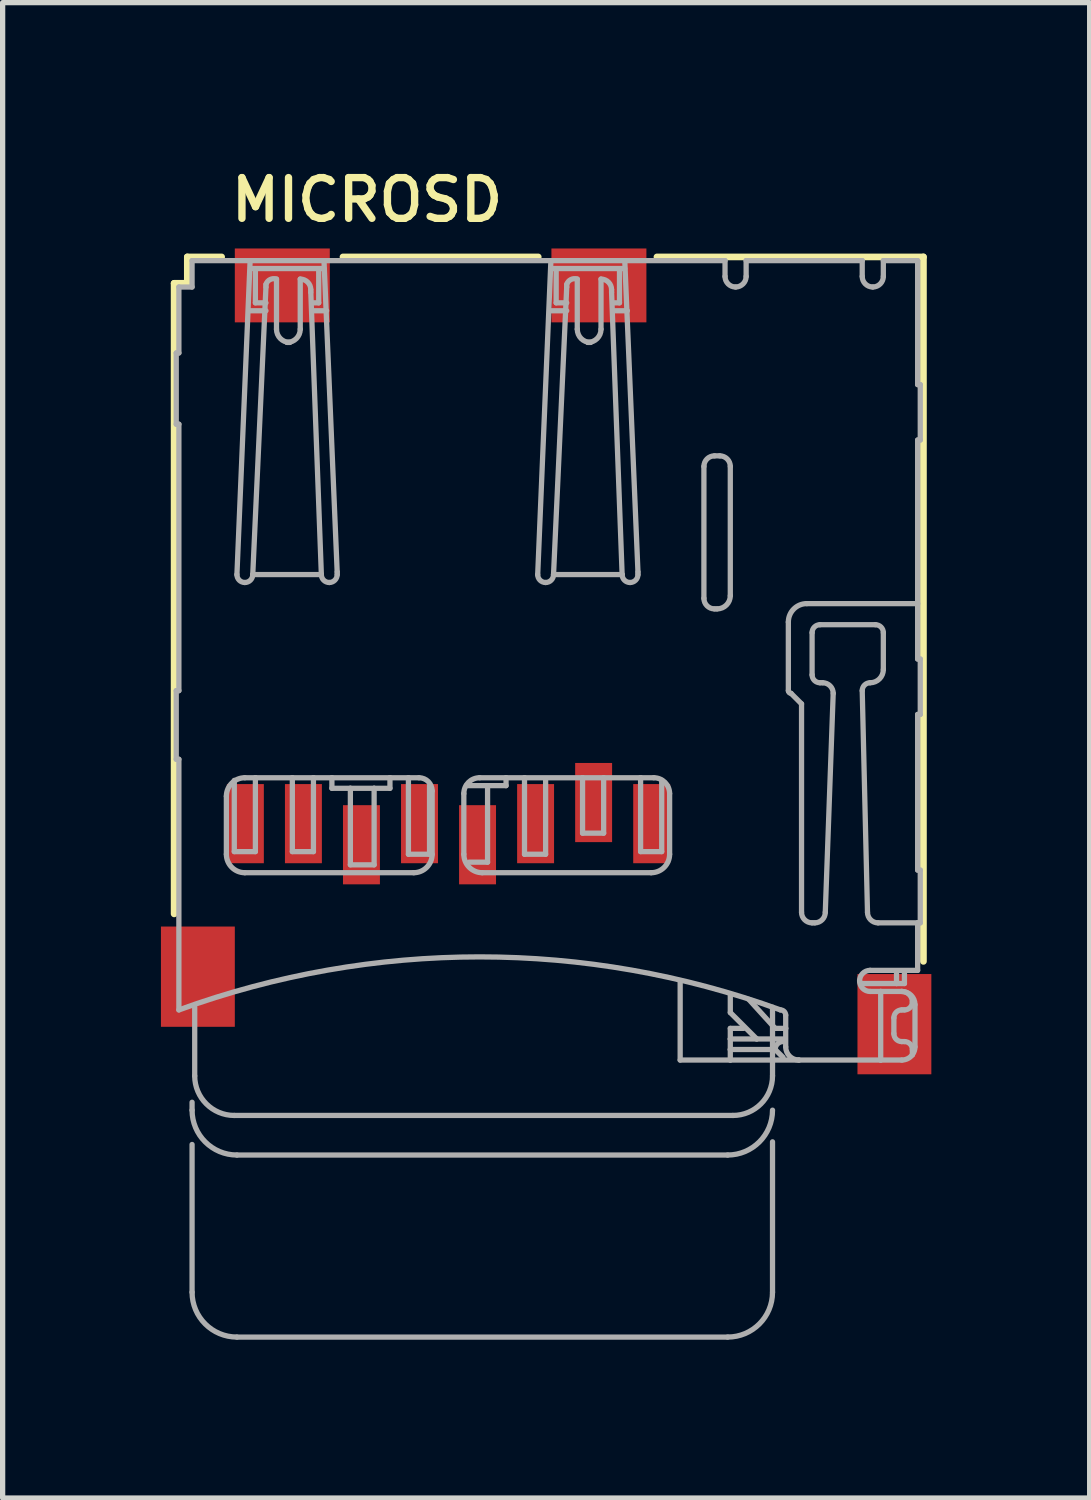
<source format=kicad_pcb>
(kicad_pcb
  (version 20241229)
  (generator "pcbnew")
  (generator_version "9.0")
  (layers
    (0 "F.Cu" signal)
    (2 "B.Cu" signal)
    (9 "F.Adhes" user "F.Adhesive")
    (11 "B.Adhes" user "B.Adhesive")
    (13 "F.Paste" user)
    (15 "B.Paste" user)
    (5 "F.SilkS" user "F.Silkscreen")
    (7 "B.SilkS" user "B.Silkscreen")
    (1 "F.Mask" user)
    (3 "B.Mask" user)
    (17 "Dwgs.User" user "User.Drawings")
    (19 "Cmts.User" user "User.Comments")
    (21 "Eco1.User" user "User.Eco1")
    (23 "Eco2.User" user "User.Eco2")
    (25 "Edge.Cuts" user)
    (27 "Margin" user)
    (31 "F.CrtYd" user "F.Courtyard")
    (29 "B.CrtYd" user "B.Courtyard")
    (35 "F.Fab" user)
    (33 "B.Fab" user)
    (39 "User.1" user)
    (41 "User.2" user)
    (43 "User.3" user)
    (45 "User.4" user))
  (footprint "MICROSD"
    (layer "F.Cu")
    (at 0.3 1.919)
    (property "Reference" "MICROSD" (at 0.96 -0.73 180) (layer "F.SilkS") (effects (font (size 0.772 0.772) (thickness 0.139)) (justify left bottom)))
    (attr through_hole)
    (fp_line (start -0.05 0.4) (end -0.05 12.35) (stroke (width 0.127) (type solid)) (layer "F.SilkS"))
    (fp_line (start 0.2 -0.1) (end 0.2 0.4) (stroke (width 0.127) (type solid)) (layer "F.SilkS"))
    (fp_line (start 0.2 0.4) (end -0.05 0.4) (stroke (width 0.127) (type solid)) (layer "F.SilkS"))
    (fp_line (start 0.85 -0.1) (end 0.2 -0.1) (stroke (width 0.127) (type solid)) (layer "F.SilkS"))
    (fp_line (start 3.15 -0.1) (end 6.85 -0.1) (stroke (width 0.127) (type solid)) (layer "F.SilkS"))
    (fp_line (start 9.1 -0.1) (end 14.15 -0.1) (stroke (width 0.127) (type solid)) (layer "F.SilkS"))
    (fp_line (start 14.15 -0.1) (end 14.15 13.25) (stroke (width 0.127) (type solid)) (layer "F.SilkS"))
    (fp_line (start -0.01 1.72) (end -0.01 3.07) (stroke (width 0.1) (type solid)) (layer "F.Fab"))
    (fp_line (start -0.01 3.07) (end 0.04 3.07) (stroke (width 0.1) (type solid)) (layer "F.Fab"))
    (fp_line (start -0.01 8.12) (end -0.01 9.42) (stroke (width 0.1) (type solid)) (layer "F.Fab"))
    (fp_line (start -0.01 9.42) (end 0.04 9.42) (stroke (width 0.1) (type solid)) (layer "F.Fab"))
    (fp_line (start 0.04 0.47) (end 0.04 1.72) (stroke (width 0.1) (type solid)) (layer "F.Fab"))
    (fp_line (start 0.04 1.72) (end -0.01 1.72) (stroke (width 0.1) (type solid)) (layer "F.Fab"))
    (fp_line (start 0.04 3.07) (end 0.04 8.12) (stroke (width 0.1) (type solid)) (layer "F.Fab"))
    (fp_line (start 0.04 8.12) (end -0.01 8.12) (stroke (width 0.1) (type solid)) (layer "F.Fab"))
    (fp_line (start 0.04 9.42) (end 0.04 14.17) (stroke (width 0.1) (type solid)) (layer "F.Fab"))
    (fp_line (start 0.29 -0.03) (end 0.29 0.47) (stroke (width 0.1) (type solid)) (layer "F.Fab"))
    (fp_line (start 0.29 0.47) (end 0.04 0.47) (stroke (width 0.1) (type solid)) (layer "F.Fab"))
    (fp_line (start 0.29 15.92) (end 0.29 16.07) (stroke (width 0.1) (type solid)) (layer "F.Fab"))
    (fp_line (start 0.29 16.72) (end 0.29 19.52) (stroke (width 0.1) (type solid)) (layer "F.Fab"))
    (fp_line (start 0.34 14.12) (end 0.34 15.42) (stroke (width 0.1) (type solid)) (layer "F.Fab"))
    (fp_line (start 0.94 11.22) (end 0.94 10.12) (stroke (width 0.1) (type solid)) (layer "F.Fab"))
    (fp_line (start 1.09 9.82) (end 1.09 11.17) (stroke (width 0.1) (type solid)) (layer "F.Fab"))
    (fp_line (start 1.09 11.17) (end 1.49 11.17) (stroke (width 0.1) (type solid)) (layer "F.Fab"))
    (fp_line (start 1.09 16.17) (end 10.54 16.17) (stroke (width 0.1) (type solid)) (layer "F.Fab"))
    (fp_line (start 1.14 5.92) (end 1.39 -0.03) (stroke (width 0.1) (type solid)) (layer "F.Fab"))
    (fp_line (start 1.14 16.92) (end 10.44 16.92) (stroke (width 0.1) (type solid)) (layer "F.Fab"))
    (fp_line (start 1.14 20.37) (end 10.44 20.37) (stroke (width 0.1) (type solid)) (layer "F.Fab"))
    (fp_line (start 1.29 9.77) (end 1.49 9.77) (stroke (width 0.1) (type solid)) (layer "F.Fab"))
    (fp_line (start 1.39 -0.03) (end 0.29 -0.03) (stroke (width 0.1) (type solid)) (layer "F.Fab"))
    (fp_line (start 1.44 0.12) (end 2.79 0.12) (stroke (width 0.1) (type solid)) (layer "F.Fab"))
    (fp_line (start 1.44 5.92) (end 2.74 5.92) (stroke (width 0.1) (type solid)) (layer "F.Fab"))
    (fp_line (start 1.49 0.77) (end 1.49 0.17) (stroke (width 0.1) (type solid)) (layer "F.Fab"))
    (fp_line (start 1.49 9.77) (end 2.19 9.77) (stroke (width 0.1) (type solid)) (layer "F.Fab"))
    (fp_line (start 1.49 11.17) (end 1.49 9.77) (stroke (width 0.1) (type solid)) (layer "F.Fab"))
    (fp_line (start 1.69 0.42) (end 1.69 0.47) (stroke (width 0.1) (type solid)) (layer "F.Fab"))
    (fp_line (start 1.69 0.47) (end 1.44 5.92) (stroke (width 0.1) (type solid)) (layer "F.Fab"))
    (fp_line (start 1.69 0.77) (end 1.49 0.77) (stroke (width 0.1) (type solid)) (layer "F.Fab"))
    (fp_line (start 1.69 0.92) (end 1.39 0.92) (stroke (width 0.1) (type solid)) (layer "F.Fab"))
    (fp_line (start 1.89 1.27) (end 1.89 0.32) (stroke (width 0.1) (type solid)) (layer "F.Fab"))
    (fp_line (start 2.09 1.52) (end 2.14 1.52) (stroke (width 0.1) (type solid)) (layer "F.Fab"))
    (fp_line (start 2.19 9.77) (end 2.19 11.17) (stroke (width 0.1) (type solid)) (layer "F.Fab"))
    (fp_line (start 2.19 9.77) (end 2.59 9.77) (stroke (width 0.1) (type solid)) (layer "F.Fab"))
    (fp_line (start 2.19 11.17) (end 2.59 11.17) (stroke (width 0.1) (type solid)) (layer "F.Fab"))
    (fp_line (start 2.34 0.32) (end 2.34 1.27) (stroke (width 0.1) (type solid)) (layer "F.Fab"))
    (fp_line (start 2.54 0.57) (end 2.54 0.52) (stroke (width 0.1) (type solid)) (layer "F.Fab"))
    (fp_line (start 2.59 0.77) (end 2.69 0.77) (stroke (width 0.1) (type solid)) (layer "F.Fab"))
    (fp_line (start 2.59 0.92) (end 2.84 0.92) (stroke (width 0.1) (type solid)) (layer "F.Fab"))
    (fp_line (start 2.59 9.77) (end 2.94 9.77) (stroke (width 0.1) (type solid)) (layer "F.Fab"))
    (fp_line (start 2.59 11.17) (end 2.59 9.77) (stroke (width 0.1) (type solid)) (layer "F.Fab"))
    (fp_line (start 2.69 0.77) (end 2.69 0.17) (stroke (width 0.1) (type solid)) (layer "F.Fab"))
    (fp_line (start 2.74 5.92) (end 2.54 0.57) (stroke (width 0.1) (type solid)) (layer "F.Fab"))
    (fp_line (start 2.79 -0.03) (end 1.39 -0.03) (stroke (width 0.1) (type solid)) (layer "F.Fab"))
    (fp_line (start 2.79 -0.03) (end 3.04 5.87) (stroke (width 0.1) (type solid)) (layer "F.Fab"))
    (fp_line (start 2.94 9.77) (end 2.94 9.97) (stroke (width 0.1) (type solid)) (layer "F.Fab"))
    (fp_line (start 2.94 9.77) (end 4.04 9.77) (stroke (width 0.1) (type solid)) (layer "F.Fab"))
    (fp_line (start 2.94 9.97) (end 3.29 9.97) (stroke (width 0.1) (type solid)) (layer "F.Fab"))
    (fp_line (start 3.04 5.87) (end 3.04 5.92) (stroke (width 0.1) (type solid)) (layer "F.Fab"))
    (fp_line (start 3.29 9.97) (end 3.29 11.42) (stroke (width 0.1) (type solid)) (layer "F.Fab"))
    (fp_line (start 3.29 9.97) (end 3.74 9.97) (stroke (width 0.1) (type solid)) (layer "F.Fab"))
    (fp_line (start 3.29 11.42) (end 3.74 11.42) (stroke (width 0.1) (type solid)) (layer "F.Fab"))
    (fp_line (start 3.74 9.97) (end 4.04 9.97) (stroke (width 0.1) (type solid)) (layer "F.Fab"))
    (fp_line (start 3.74 11.42) (end 3.74 9.97) (stroke (width 0.1) (type solid)) (layer "F.Fab"))
    (fp_line (start 4.04 9.77) (end 4.39 9.77) (stroke (width 0.1) (type solid)) (layer "F.Fab"))
    (fp_line (start 4.04 9.97) (end 4.04 9.77) (stroke (width 0.1) (type solid)) (layer "F.Fab"))
    (fp_line (start 4.39 9.77) (end 4.39 11.22) (stroke (width 0.1) (type solid)) (layer "F.Fab"))
    (fp_line (start 4.39 9.77) (end 4.59 9.77) (stroke (width 0.1) (type solid)) (layer "F.Fab"))
    (fp_line (start 4.39 11.22) (end 4.79 11.22) (stroke (width 0.1) (type solid)) (layer "F.Fab"))
    (fp_line (start 4.49 11.57) (end 1.29 11.57) (stroke (width 0.1) (type solid)) (layer "F.Fab"))
    (fp_line (start 4.79 11.22) (end 4.79 9.92) (stroke (width 0.1) (type solid)) (layer "F.Fab"))
    (fp_line (start 4.84 10.02) (end 4.84 11.22) (stroke (width 0.1) (type solid)) (layer "F.Fab"))
    (fp_line (start 5.44 11.22) (end 5.44 10.07) (stroke (width 0.1) (type solid)) (layer "F.Fab"))
    (fp_line (start 5.49 9.92) (end 5.89 9.92) (stroke (width 0.1) (type solid)) (layer "F.Fab"))
    (fp_line (start 5.74 9.77) (end 6.24 9.77) (stroke (width 0.1) (type solid)) (layer "F.Fab"))
    (fp_line (start 5.89 9.92) (end 5.89 11.37) (stroke (width 0.1) (type solid)) (layer "F.Fab"))
    (fp_line (start 5.89 9.92) (end 6.24 9.92) (stroke (width 0.1) (type solid)) (layer "F.Fab"))
    (fp_line (start 5.89 11.37) (end 5.54 11.37) (stroke (width 0.1) (type solid)) (layer "F.Fab"))
    (fp_line (start 6.24 9.77) (end 6.59 9.77) (stroke (width 0.1) (type solid)) (layer "F.Fab"))
    (fp_line (start 6.24 9.92) (end 6.24 9.77) (stroke (width 0.1) (type solid)) (layer "F.Fab"))
    (fp_line (start 6.59 9.77) (end 6.59 11.22) (stroke (width 0.1) (type solid)) (layer "F.Fab"))
    (fp_line (start 6.59 9.77) (end 7.69 9.77) (stroke (width 0.1) (type solid)) (layer "F.Fab"))
    (fp_line (start 6.59 11.22) (end 6.99 11.22) (stroke (width 0.1) (type solid)) (layer "F.Fab"))
    (fp_line (start 6.84 5.92) (end 7.09 -0.03) (stroke (width 0.1) (type solid)) (layer "F.Fab"))
    (fp_line (start 6.99 11.22) (end 6.99 9.82) (stroke (width 0.1) (type solid)) (layer "F.Fab"))
    (fp_line (start 7.14 0.12) (end 8.49 0.12) (stroke (width 0.1) (type solid)) (layer "F.Fab"))
    (fp_line (start 7.14 5.92) (end 8.44 5.92) (stroke (width 0.1) (type solid)) (layer "F.Fab"))
    (fp_line (start 7.19 0.77) (end 7.19 0.17) (stroke (width 0.1) (type solid)) (layer "F.Fab"))
    (fp_line (start 7.39 0.42) (end 7.39 0.47) (stroke (width 0.1) (type solid)) (layer "F.Fab"))
    (fp_line (start 7.39 0.47) (end 7.14 5.92) (stroke (width 0.1) (type solid)) (layer "F.Fab"))
    (fp_line (start 7.39 0.77) (end 7.19 0.77) (stroke (width 0.1) (type solid)) (layer "F.Fab"))
    (fp_line (start 7.39 0.92) (end 7.09 0.92) (stroke (width 0.1) (type solid)) (layer "F.Fab"))
    (fp_line (start 7.59 1.27) (end 7.59 0.32) (stroke (width 0.1) (type solid)) (layer "F.Fab"))
    (fp_line (start 7.69 9.77) (end 7.69 10.82) (stroke (width 0.1) (type solid)) (layer "F.Fab"))
    (fp_line (start 7.69 9.77) (end 8.09 9.77) (stroke (width 0.1) (type solid)) (layer "F.Fab"))
    (fp_line (start 7.69 10.82) (end 8.09 10.82) (stroke (width 0.1) (type solid)) (layer "F.Fab"))
    (fp_line (start 7.79 1.52) (end 7.84 1.52) (stroke (width 0.1) (type solid)) (layer "F.Fab"))
    (fp_line (start 8.04 0.32) (end 8.04 1.27) (stroke (width 0.1) (type solid)) (layer "F.Fab"))
    (fp_line (start 8.09 9.77) (end 8.79 9.77) (stroke (width 0.1) (type solid)) (layer "F.Fab"))
    (fp_line (start 8.09 10.82) (end 8.09 9.77) (stroke (width 0.1) (type solid)) (layer "F.Fab"))
    (fp_line (start 8.24 0.57) (end 8.24 0.52) (stroke (width 0.1) (type solid)) (layer "F.Fab"))
    (fp_line (start 8.29 0.77) (end 8.39 0.77) (stroke (width 0.1) (type solid)) (layer "F.Fab"))
    (fp_line (start 8.29 0.92) (end 8.54 0.92) (stroke (width 0.1) (type solid)) (layer "F.Fab"))
    (fp_line (start 8.39 0.77) (end 8.39 0.17) (stroke (width 0.1) (type solid)) (layer "F.Fab"))
    (fp_line (start 8.44 5.92) (end 8.24 0.57) (stroke (width 0.1) (type solid)) (layer "F.Fab"))
    (fp_line (start 8.49 -0.03) (end 8.74 5.87) (stroke (width 0.1) (type solid)) (layer "F.Fab"))
    (fp_line (start 8.74 5.87) (end 8.74 5.92) (stroke (width 0.1) (type solid)) (layer "F.Fab"))
    (fp_line (start 8.79 9.77) (end 8.79 11.17) (stroke (width 0.1) (type solid)) (layer "F.Fab"))
    (fp_line (start 8.79 9.77) (end 9.04 9.77) (stroke (width 0.1) (type solid)) (layer "F.Fab"))
    (fp_line (start 8.79 11.17) (end 9.19 11.17) (stroke (width 0.1) (type solid)) (layer "F.Fab"))
    (fp_line (start 8.99 11.57) (end 5.79 11.57) (stroke (width 0.1) (type solid)) (layer "F.Fab"))
    (fp_line (start 9.19 11.17) (end 9.19 9.82) (stroke (width 0.1) (type solid)) (layer "F.Fab"))
    (fp_line (start 9.34 10.07) (end 9.34 11.22) (stroke (width 0.1) (type solid)) (layer "F.Fab"))
    (fp_line (start 9.54 15.12) (end 9.54 13.62) (stroke (width 0.1) (type solid)) (layer "F.Fab"))
    (fp_line (start 9.99 6.37) (end 9.99 3.87) (stroke (width 0.1) (type solid)) (layer "F.Fab"))
    (fp_line (start 10.19 3.67) (end 10.29 3.67) (stroke (width 0.1) (type solid)) (layer "F.Fab"))
    (fp_line (start 10.24 6.57) (end 10.19 6.57) (stroke (width 0.1) (type solid)) (layer "F.Fab"))
    (fp_line (start 10.39 -0.03) (end 2.79 -0.03) (stroke (width 0.1) (type solid)) (layer "F.Fab"))
    (fp_line (start 10.39 0.27) (end 10.39 -0.03) (stroke (width 0.1) (type solid)) (layer "F.Fab"))
    (fp_line (start 10.49 3.87) (end 10.49 6.32) (stroke (width 0.1) (type solid)) (layer "F.Fab"))
    (fp_line (start 10.49 13.87) (end 10.49 14.22) (stroke (width 0.1) (type solid)) (layer "F.Fab"))
    (fp_line (start 10.49 14.22) (end 10.99 14.72) (stroke (width 0.1) (type solid)) (layer "F.Fab"))
    (fp_line (start 10.49 14.52) (end 10.74 14.52) (stroke (width 0.1) (type solid)) (layer "F.Fab"))
    (fp_line (start 10.49 14.72) (end 10.49 14.52) (stroke (width 0.1) (type solid)) (layer "F.Fab"))
    (fp_line (start 10.49 14.92) (end 10.49 14.72) (stroke (width 0.1) (type solid)) (layer "F.Fab"))
    (fp_line (start 10.49 14.92) (end 11.34 14.92) (stroke (width 0.1) (type solid)) (layer "F.Fab"))
    (fp_line (start 10.49 15.12) (end 9.54 15.12) (stroke (width 0.1) (type solid)) (layer "F.Fab"))
    (fp_line (start 10.49 15.12) (end 10.49 14.92) (stroke (width 0.1) (type solid)) (layer "F.Fab"))
    (fp_line (start 10.79 -0.03) (end 10.79 0.27) (stroke (width 0.1) (type solid)) (layer "F.Fab"))
    (fp_line (start 10.99 14.72) (end 10.49 14.72) (stroke (width 0.1) (type solid)) (layer "F.Fab"))
    (fp_line (start 10.99 14.72) (end 11.49 14.72) (stroke (width 0.1) (type solid)) (layer "F.Fab"))
    (fp_line (start 11.29 15.42) (end 11.29 14.12) (stroke (width 0.1) (type solid)) (layer "F.Fab"))
    (fp_line (start 11.29 19.52) (end 11.29 16.67) (stroke (width 0.1) (type solid)) (layer "F.Fab"))
    (fp_line (start 11.34 14.52) (end 10.84 13.97) (stroke (width 0.1) (type solid)) (layer "F.Fab"))
    (fp_line (start 11.49 15.07) (end 11.34 14.92) (stroke (width 0.1) (type solid)) (layer "F.Fab"))
    (fp_line (start 11.54 14.27) (end 11.54 14.52) (stroke (width 0.1) (type solid)) (layer "F.Fab"))
    (fp_line (start 11.54 14.52) (end 11.34 14.52) (stroke (width 0.1) (type solid)) (layer "F.Fab"))
    (fp_line (start 11.54 14.52) (end 11.54 14.87) (stroke (width 0.1) (type solid)) (layer "F.Fab"))
    (fp_line (start 11.59 8.12) (end 11.59 6.82) (stroke (width 0.1) (type solid)) (layer "F.Fab"))
    (fp_line (start 11.79 15.12) (end 10.49 15.12) (stroke (width 0.1) (type solid)) (layer "F.Fab"))
    (fp_line (start 11.79 15.12) (end 13.34 15.12) (stroke (width 0.1) (type solid)) (layer "F.Fab"))
    (fp_line (start 11.84 8.37) (end 11.64 8.17) (stroke (width 0.1) (type solid)) (layer "F.Fab"))
    (fp_line (start 11.84 12.32) (end 11.84 8.37) (stroke (width 0.1) (type solid)) (layer "F.Fab"))
    (fp_line (start 11.94 6.47) (end 14.04 6.47) (stroke (width 0.1) (type solid)) (layer "F.Fab"))
    (fp_line (start 12.04 7.02) (end 12.04 7.82) (stroke (width 0.1) (type solid)) (layer "F.Fab"))
    (fp_line (start 12.09 12.52) (end 12.04 12.52) (stroke (width 0.1) (type solid)) (layer "F.Fab"))
    (fp_line (start 12.19 7.97) (end 12.24 7.97) (stroke (width 0.1) (type solid)) (layer "F.Fab"))
    (fp_line (start 12.44 8.17) (end 12.29 12.32) (stroke (width 0.1) (type solid)) (layer "F.Fab"))
    (fp_line (start 12.99 -0.03) (end 10.79 -0.03) (stroke (width 0.1) (type solid)) (layer "F.Fab"))
    (fp_line (start 12.99 0.27) (end 12.99 -0.03) (stroke (width 0.1) (type solid)) (layer "F.Fab"))
    (fp_line (start 12.99 13.67) (end 13.64 13.67) (stroke (width 0.1) (type solid)) (layer "F.Fab"))
    (fp_line (start 13.09 12.32) (end 12.99 8.12) (stroke (width 0.1) (type solid)) (layer "F.Fab"))
    (fp_line (start 13.14 13.42) (end 14.04 13.42) (stroke (width 0.1) (type solid)) (layer "F.Fab"))
    (fp_line (start 13.24 6.87) (end 12.19 6.87) (stroke (width 0.1) (type solid)) (layer "F.Fab"))
    (fp_line (start 13.34 13.82) (end 13.14 13.82) (stroke (width 0.1) (type solid)) (layer "F.Fab"))
    (fp_line (start 13.34 13.82) (end 13.34 15.12) (stroke (width 0.1) (type solid)) (layer "F.Fab"))
    (fp_line (start 13.34 15.12) (end 13.74 15.12) (stroke (width 0.1) (type solid)) (layer "F.Fab"))
    (fp_line (start 13.39 -0.03) (end 13.39 0.27) (stroke (width 0.1) (type solid)) (layer "F.Fab"))
    (fp_line (start 13.39 7.72) (end 13.39 7.02) (stroke (width 0.1) (type solid)) (layer "F.Fab"))
    (fp_line (start 13.59 14.62) (end 13.59 14.32) (stroke (width 0.1) (type solid)) (layer "F.Fab"))
    (fp_line (start 13.64 13.67) (end 13.64 13.47) (stroke (width 0.1) (type solid)) (layer "F.Fab"))
    (fp_line (start 13.64 13.67) (end 13.79 13.67) (stroke (width 0.1) (type solid)) (layer "F.Fab"))
    (fp_line (start 13.74 13.82) (end 13.34 13.82) (stroke (width 0.1) (type solid)) (layer "F.Fab"))
    (fp_line (start 13.74 14.17) (end 13.79 14.17) (stroke (width 0.1) (type solid)) (layer "F.Fab"))
    (fp_line (start 13.79 13.47) (end 13.79 13.67) (stroke (width 0.1) (type solid)) (layer "F.Fab"))
    (fp_line (start 13.79 14.77) (end 13.74 14.77) (stroke (width 0.1) (type solid)) (layer "F.Fab"))
    (fp_line (start 13.94 15.02) (end 13.94 14.92) (stroke (width 0.1) (type solid)) (layer "F.Fab"))
    (fp_line (start 13.99 14.87) (end 13.99 14.07) (stroke (width 0.1) (type solid)) (layer "F.Fab"))
    (fp_line (start 14.04 -0.03) (end 13.39 -0.03) (stroke (width 0.1) (type solid)) (layer "F.Fab"))
    (fp_line (start 14.04 2.32) (end 14.04 -0.03) (stroke (width 0.1) (type solid)) (layer "F.Fab"))
    (fp_line (start 14.04 3.37) (end 14.09 3.37) (stroke (width 0.1) (type solid)) (layer "F.Fab"))
    (fp_line (start 14.04 6.47) (end 14.04 3.37) (stroke (width 0.1) (type solid)) (layer "F.Fab"))
    (fp_line (start 14.04 7.52) (end 14.04 6.47) (stroke (width 0.1) (type solid)) (layer "F.Fab"))
    (fp_line (start 14.04 8.57) (end 14.09 8.57) (stroke (width 0.1) (type solid)) (layer "F.Fab"))
    (fp_line (start 14.04 11.52) (end 14.04 8.57) (stroke (width 0.1) (type solid)) (layer "F.Fab"))
    (fp_line (start 14.04 12.52) (end 13.29 12.52) (stroke (width 0.1) (type solid)) (layer "F.Fab"))
    (fp_line (start 14.04 12.52) (end 14.09 12.52) (stroke (width 0.1) (type solid)) (layer "F.Fab"))
    (fp_line (start 14.04 13.42) (end 14.04 12.52) (stroke (width 0.1) (type solid)) (layer "F.Fab"))
    (fp_line (start 14.09 2.32) (end 14.04 2.32) (stroke (width 0.1) (type solid)) (layer "F.Fab"))
    (fp_line (start 14.09 3.37) (end 14.09 2.32) (stroke (width 0.1) (type solid)) (layer "F.Fab"))
    (fp_line (start 14.09 7.52) (end 14.04 7.52) (stroke (width 0.1) (type solid)) (layer "F.Fab"))
    (fp_line (start 14.09 8.57) (end 14.09 7.52) (stroke (width 0.1) (type solid)) (layer "F.Fab"))
    (fp_line (start 14.09 11.52) (end 14.04 11.52) (stroke (width 0.1) (type solid)) (layer "F.Fab"))
    (fp_line (start 14.09 12.52) (end 14.09 11.52) (stroke (width 0.1) (type solid)) (layer "F.Fab"))
    (fp_arc (start 0.04 14.17) (mid 5.74 13.164936) (end 11.44 14.17) (stroke (width 0.1) (type solid)) (layer "F.Fab"))
    (fp_arc (start 0.94 10.12) (mid 1.042513 9.872513) (end 1.29 9.77) (stroke (width 0.1) (type solid)) (layer "F.Fab"))
    (fp_arc (start 1.09 16.17) (mid 0.55967 15.95033) (end 0.34 15.42) (stroke (width 0.1) (type solid)) (layer "F.Fab"))
    (fp_arc (start 1.14 16.92) (mid 0.538959 16.671041) (end 0.29 16.07) (stroke (width 0.1) (type solid)) (layer "F.Fab"))
    (fp_arc (start 1.14 20.37) (mid 0.538959 20.121041) (end 0.29 19.52) (stroke (width 0.1) (type solid)) (layer "F.Fab"))
    (fp_arc (start 1.29 6.07) (mid 1.183934 6.026066) (end 1.14 5.92) (stroke (width 0.1) (type solid)) (layer "F.Fab"))
    (fp_arc (start 1.29 11.57) (mid 1.042513 11.467487) (end 0.94 11.22) (stroke (width 0.1) (type solid)) (layer "F.Fab"))
    (fp_arc (start 1.44 5.92) (mid 1.396066 6.026066) (end 1.29 6.07) (stroke (width 0.1) (type solid)) (layer "F.Fab"))
    (fp_arc (start 1.69 0.42) (mid 1.769289 0.328579) (end 1.89 0.32) (stroke (width 0.1) (type solid)) (layer "F.Fab"))
    (fp_arc (start 2.14 1.52) (mid 1.963223 1.446777) (end 1.89 1.27) (stroke (width 0.1) (type solid)) (layer "F.Fab"))
    (fp_arc (start 2.34 0.32) (mid 2.481421 0.378579) (end 2.54 0.52) (stroke (width 0.1) (type solid)) (layer "F.Fab"))
    (fp_arc (start 2.34 1.27) (mid 2.266777 1.446777) (end 2.09 1.52) (stroke (width 0.1) (type solid)) (layer "F.Fab"))
    (fp_arc (start 2.89 6.07) (mid 2.783934 6.026066) (end 2.74 5.92) (stroke (width 0.1) (type solid)) (layer "F.Fab"))
    (fp_arc (start 3.04 5.92) (mid 2.996066 6.026066) (end 2.89 6.07) (stroke (width 0.1) (type solid)) (layer "F.Fab"))
    (fp_arc (start 4.59 9.77) (mid 4.766777 9.843223) (end 4.84 10.02) (stroke (width 0.1) (type solid)) (layer "F.Fab"))
    (fp_arc (start 4.84 11.22) (mid 4.737487 11.467487) (end 4.49 11.57) (stroke (width 0.1) (type solid)) (layer "F.Fab"))
    (fp_arc (start 5.44 10.07) (mid 5.527868 9.857868) (end 5.74 9.77) (stroke (width 0.1) (type solid)) (layer "F.Fab"))
    (fp_arc (start 5.79 11.57) (mid 5.542513 11.467487) (end 5.44 11.22) (stroke (width 0.1) (type solid)) (layer "F.Fab"))
    (fp_arc (start 6.99 6.07) (mid 6.883934 6.026066) (end 6.84 5.92) (stroke (width 0.1) (type solid)) (layer "F.Fab"))
    (fp_arc (start 7.14 5.92) (mid 7.096066 6.026066) (end 6.99 6.07) (stroke (width 0.1) (type solid)) (layer "F.Fab"))
    (fp_arc (start 7.39 0.42) (mid 7.469289 0.328579) (end 7.59 0.32) (stroke (width 0.1) (type solid)) (layer "F.Fab"))
    (fp_arc (start 7.84 1.52) (mid 7.663223 1.446777) (end 7.59 1.27) (stroke (width 0.1) (type solid)) (layer "F.Fab"))
    (fp_arc (start 8.04 0.32) (mid 8.181421 0.378579) (end 8.24 0.52) (stroke (width 0.1) (type solid)) (layer "F.Fab"))
    (fp_arc (start 8.04 1.27) (mid 7.966777 1.446777) (end 7.79 1.52) (stroke (width 0.1) (type solid)) (layer "F.Fab"))
    (fp_arc (start 8.59 6.07) (mid 8.483934 6.026066) (end 8.44 5.92) (stroke (width 0.1) (type solid)) (layer "F.Fab"))
    (fp_arc (start 8.74 5.92) (mid 8.696066 6.026066) (end 8.59 6.07) (stroke (width 0.1) (type solid)) (layer "F.Fab"))
    (fp_arc (start 9.04 9.77) (mid 9.252132 9.857868) (end 9.34 10.07) (stroke (width 0.1) (type solid)) (layer "F.Fab"))
    (fp_arc (start 9.34 11.22) (mid 9.237487 11.467487) (end 8.99 11.57) (stroke (width 0.1) (type solid)) (layer "F.Fab"))
    (fp_arc (start 9.99 3.87) (mid 10.048579 3.728579) (end 10.19 3.67) (stroke (width 0.1) (type solid)) (layer "F.Fab"))
    (fp_arc (start 10.19 6.57) (mid 10.048579 6.511421) (end 9.99 6.37) (stroke (width 0.1) (type solid)) (layer "F.Fab"))
    (fp_arc (start 10.29 3.67) (mid 10.431421 3.728579) (end 10.49 3.87) (stroke (width 0.1) (type solid)) (layer "F.Fab"))
    (fp_arc (start 10.49 6.32) (mid 10.416777 6.496777) (end 10.24 6.57) (stroke (width 0.1) (type solid)) (layer "F.Fab"))
    (fp_arc (start 10.59 0.47) (mid 10.448579 0.411421) (end 10.39 0.27) (stroke (width 0.1) (type solid)) (layer "F.Fab"))
    (fp_arc (start 10.79 0.27) (mid 10.731421 0.411421) (end 10.59 0.47) (stroke (width 0.1) (type solid)) (layer "F.Fab"))
    (fp_arc (start 11.29 15.42) (mid 11.07033 15.95033) (end 10.54 16.17) (stroke (width 0.1) (type solid)) (layer "F.Fab"))
    (fp_arc (start 11.29 16.07) (mid 11.041041 16.671041) (end 10.44 16.92) (stroke (width 0.1) (type solid)) (layer "F.Fab"))
    (fp_arc (start 11.29 19.52) (mid 11.041041 20.121041) (end 10.44 20.37) (stroke (width 0.1) (type solid)) (layer "F.Fab"))
    (fp_arc (start 11.34 14.92) (mid 11.383934 14.813934) (end 11.49 14.77) (stroke (width 0.1) (type solid)) (layer "F.Fab"))
    (fp_arc (start 11.44 14.17) (mid 11.510711 14.199289) (end 11.54 14.27) (stroke (width 0.1) (type solid)) (layer "F.Fab"))
    (fp_arc (start 11.59 6.82) (mid 11.692513 6.572513) (end 11.94 6.47) (stroke (width 0.1) (type solid)) (layer "F.Fab"))
    (fp_arc (start 11.64 8.17) (mid 11.604645 8.155355) (end 11.59 8.12) (stroke (width 0.1) (type solid)) (layer "F.Fab"))
    (fp_arc (start 11.79 15.12) (mid 11.613223 15.046777) (end 11.54 14.87) (stroke (width 0.1) (type solid)) (layer "F.Fab"))
    (fp_arc (start 12.04 7.02) (mid 12.083934 6.913934) (end 12.19 6.87) (stroke (width 0.1) (type solid)) (layer "F.Fab"))
    (fp_arc (start 12.04 12.52) (mid 11.898579 12.461421) (end 11.84 12.32) (stroke (width 0.1) (type solid)) (layer "F.Fab"))
    (fp_arc (start 12.19 7.97) (mid 12.083934 7.926066) (end 12.04 7.82) (stroke (width 0.1) (type solid)) (layer "F.Fab"))
    (fp_arc (start 12.24 7.97) (mid 12.381421 8.028579) (end 12.44 8.17) (stroke (width 0.1) (type solid)) (layer "F.Fab"))
    (fp_arc (start 12.29 12.32) (mid 12.231421 12.461421) (end 12.09 12.52) (stroke (width 0.1) (type solid)) (layer "F.Fab"))
    (fp_arc (start 12.94 13.62) (mid 12.998579 13.478579) (end 13.14 13.42) (stroke (width 0.1) (type solid)) (layer "F.Fab"))
    (fp_arc (start 12.99 8.12) (mid 13.033934 8.013934) (end 13.14 7.97) (stroke (width 0.1) (type solid)) (layer "F.Fab"))
    (fp_arc (start 13.14 13.82) (mid 12.998579 13.761421) (end 12.94 13.62) (stroke (width 0.1) (type solid)) (layer "F.Fab"))
    (fp_arc (start 13.19 0.47) (mid 13.048579 0.411421) (end 12.99 0.27) (stroke (width 0.1) (type solid)) (layer "F.Fab"))
    (fp_arc (start 13.24 6.87) (mid 13.346066 6.913934) (end 13.39 7.02) (stroke (width 0.1) (type solid)) (layer "F.Fab"))
    (fp_arc (start 13.29 12.52) (mid 13.148579 12.461421) (end 13.09 12.32) (stroke (width 0.1) (type solid)) (layer "F.Fab"))
    (fp_arc (start 13.39 0.27) (mid 13.331421 0.411421) (end 13.19 0.47) (stroke (width 0.1) (type solid)) (layer "F.Fab"))
    (fp_arc (start 13.39 7.72) (mid 13.316777 7.896777) (end 13.14 7.97) (stroke (width 0.1) (type solid)) (layer "F.Fab"))
    (fp_arc (start 13.59 14.32) (mid 13.633934 14.213934) (end 13.74 14.17) (stroke (width 0.1) (type solid)) (layer "F.Fab"))
    (fp_arc (start 13.74 13.82) (mid 13.881421 13.878579) (end 13.94 14.02) (stroke (width 0.1) (type solid)) (layer "F.Fab"))
    (fp_arc (start 13.74 13.82) (mid 13.916777 13.893223) (end 13.99 14.07) (stroke (width 0.1) (type solid)) (layer "F.Fab"))
    (fp_arc (start 13.74 14.77) (mid 13.633934 14.726066) (end 13.59 14.62) (stroke (width 0.1) (type solid)) (layer "F.Fab"))
    (fp_arc (start 13.79 14.77) (mid 13.896066 14.813934) (end 13.94 14.92) (stroke (width 0.1) (type solid)) (layer "F.Fab"))
    (fp_arc (start 13.94 14.02) (mid 13.896066 14.126066) (end 13.79 14.17) (stroke (width 0.1) (type solid)) (layer "F.Fab"))
    (fp_arc (start 13.94 15.019999) (mid 13.851803 15.093606) (end 13.74 15.12) (stroke (width 0.1) (type solid)) (layer "F.Fab"))
    (fp_arc (start 13.99 14.87) (mid 13.977171 14.949057) (end 13.94 15.02) (stroke (width 0.1) (type solid)) (layer "F.Fab"))
    (pad "1" smd rect (at 9 10.64) (size 0.7 1.5) (layers "F.Cu" "F.Mask" "F.Paste"))
    (pad "2" smd rect (at 7.9 10.24) (size 0.7 1.5) (layers "F.Cu" "F.Mask" "F.Paste"))
    (pad "3" smd rect (at 6.8 10.64) (size 0.7 1.5) (layers "F.Cu" "F.Mask" "F.Paste"))
    (pad "4" smd rect (at 5.7 11.04) (size 0.7 1.5) (layers "F.Cu" "F.Mask" "F.Paste"))
    (pad "5" smd rect (at 4.6 10.64) (size 0.7 1.5) (layers "F.Cu" "F.Mask" "F.Paste"))
    (pad "6" smd rect (at 3.5 11.04) (size 0.7 1.5) (layers "F.Cu" "F.Mask" "F.Paste"))
    (pad "7" smd rect (at 2.4 10.64) (size 0.7 1.5) (layers "F.Cu" "F.Mask" "F.Paste"))
    (pad "8" smd rect (at 1.3 10.64) (size 0.7 1.5) (layers "F.Cu" "F.Mask" "F.Paste"))
    (pad "CD1" smd rect (at 2 0.44 90) (size 1.4 1.8) (layers "F.Cu" "F.Mask" "F.Paste"))
    (pad "CD2" smd rect (at 8 0.44 90) (size 1.4 1.8) (layers "F.Cu" "F.Mask" "F.Paste"))
    (pad "MT1" smd rect (at 0.4 13.54) (size 1.4 1.9) (layers "F.Cu" "F.Mask" "F.Paste"))
    (pad "MT2" smd rect (at 13.6 14.44) (size 1.4 1.9) (layers "F.Cu" "F.Mask" "F.Paste")))
  (gr_rect
    (start -3 -3)
    (end 17.6 25.339)
    (stroke (width 0.1) (type default))
    (fill no)
    (layer "Edge.Cuts")))
</source>
